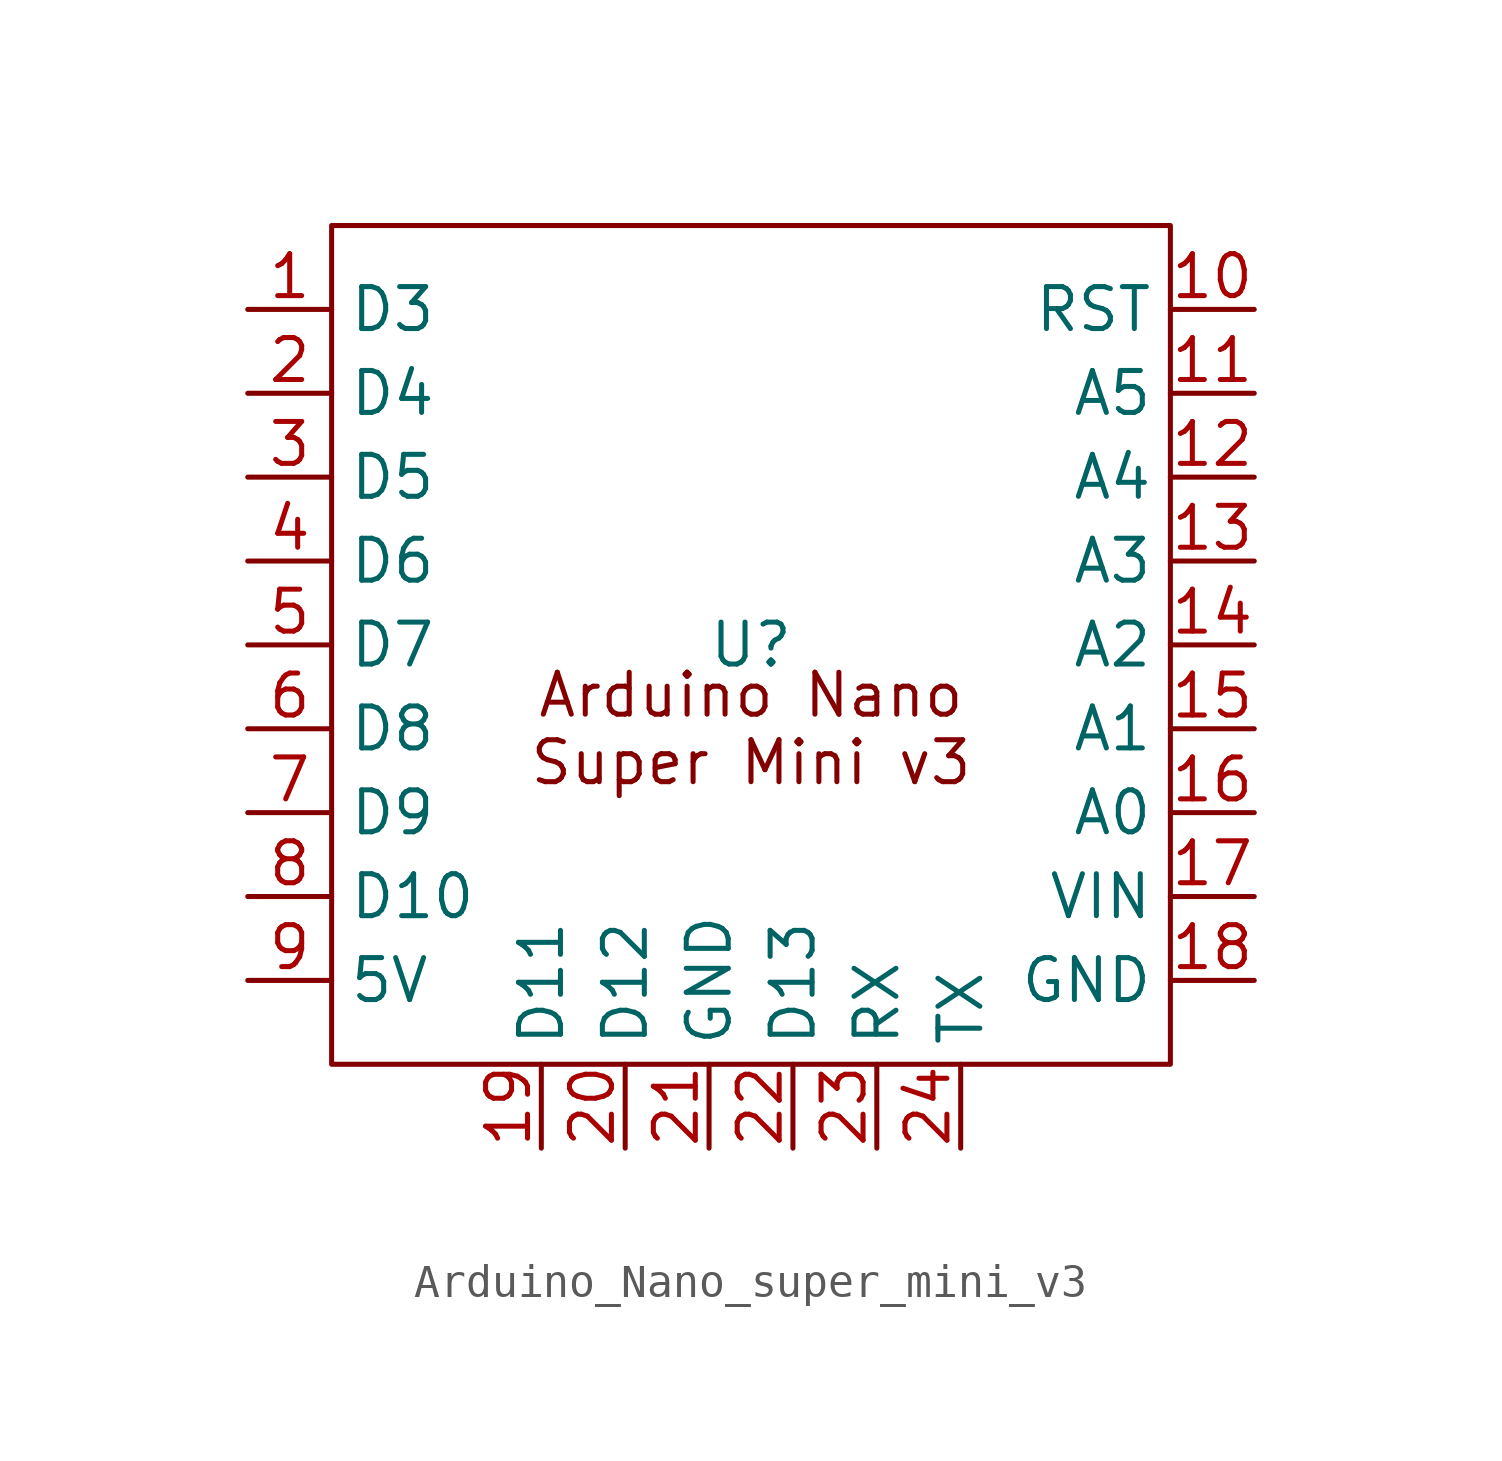
<source format=kicad_sym>
(kicad_symbol_lib
  (version 20220914)
  (generator kicad_symbol_editor)
  (symbol "Arduino_Nano_super_mini_v3"
    (property "Reference" "U"
      (at 0 0 0)
      (effects (font (size 1.27 1.27))))
    (property "Value" ""
      (at 0 0 0)
      (effects (font (size 1.27 1.27))))
    (symbol "Arduino_Nano_super_mini_v3_0_1"
      (rectangle (start -12.7 12.7) (end 12.7 -12.7) (stroke (width 0) (type default)) (fill (type none))))
    (symbol "Arduino_Nano_super_mini_v3_1_1"
      (text "Arduino Nano\nSuper Mini v3\n" (at 0 -2.54 0) (effects (font (size 1.27 1.27))))
      (pin bidirectional line (at -15.24 10.16 0) (length 2.54) (name "D3" (effects (font (size 1.27 1.27)))) (number "1" (effects (font (size 1.27 1.27)))))
      (pin input line (at 15.24 10.16 180) (length 2.54) (name "RST" (effects (font (size 1.27 1.27)))) (number "10" (effects (font (size 1.27 1.27)))))
      (pin bidirectional line (at 15.24 7.62 180) (length 2.54) (name "A5" (effects (font (size 1.27 1.27)))) (number "11" (effects (font (size 1.27 1.27)))))
      (pin bidirectional line (at 15.24 5.08 180) (length 2.54) (name "A4" (effects (font (size 1.27 1.27)))) (number "12" (effects (font (size 1.27 1.27)))))
      (pin bidirectional line (at 15.24 2.54 180) (length 2.54) (name "A3" (effects (font (size 1.27 1.27)))) (number "13" (effects (font (size 1.27 1.27)))))
      (pin bidirectional line (at 15.24 0 180) (length 2.54) (name "A2" (effects (font (size 1.27 1.27)))) (number "14" (effects (font (size 1.27 1.27)))))
      (pin bidirectional line (at 15.24 -2.54 180) (length 2.54) (name "A1" (effects (font (size 1.27 1.27)))) (number "15" (effects (font (size 1.27 1.27)))))
      (pin bidirectional line (at 15.24 -5.08 180) (length 2.54) (name "A0" (effects (font (size 1.27 1.27)))) (number "16" (effects (font (size 1.27 1.27)))))
      (pin power_in line (at 15.24 -7.62 180) (length 2.54) (name "VIN" (effects (font (size 1.27 1.27)))) (number "17" (effects (font (size 1.27 1.27)))))
      (pin power_in line (at 15.24 -10.16 180) (length 2.54) (name "GND" (effects (font (size 1.27 1.27)))) (number "18" (effects (font (size 1.27 1.27)))))
      (pin bidirectional line (at -6.35 -15.24 90) (length 2.54) (name "D11" (effects (font (size 1.27 1.27)))) (number "19" (effects (font (size 1.27 1.27)))))
      (pin bidirectional line (at -15.24 7.62 0) (length 2.54) (name "D4" (effects (font (size 1.27 1.27)))) (number "2" (effects (font (size 1.27 1.27)))))
      (pin bidirectional line (at -3.81 -15.24 90) (length 2.54) (name "D12" (effects (font (size 1.27 1.27)))) (number "20" (effects (font (size 1.27 1.27)))))
      (pin power_in line (at -1.27 -15.24 90) (length 2.54) (name "GND" (effects (font (size 1.27 1.27)))) (number "21" (effects (font (size 1.27 1.27)))))
      (pin bidirectional line (at 1.27 -15.24 90) (length 2.54) (name "D13" (effects (font (size 1.27 1.27)))) (number "22" (effects (font (size 1.27 1.27)))))
      (pin output line (at 3.81 -15.24 90) (length 2.54) (name "RX" (effects (font (size 1.27 1.27)))) (number "23" (effects (font (size 1.27 1.27)))))
      (pin input line (at 6.35 -15.24 90) (length 2.54) (name "TX" (effects (font (size 1.27 1.27)))) (number "24" (effects (font (size 1.27 1.27)))))
      (pin bidirectional line (at -15.24 5.08 0) (length 2.54) (name "D5" (effects (font (size 1.27 1.27)))) (number "3" (effects (font (size 1.27 1.27)))))
      (pin bidirectional line (at -15.24 2.54 0) (length 2.54) (name "D6" (effects (font (size 1.27 1.27)))) (number "4" (effects (font (size 1.27 1.27)))))
      (pin bidirectional line (at -15.24 0 0) (length 2.54) (name "D7" (effects (font (size 1.27 1.27)))) (number "5" (effects (font (size 1.27 1.27)))))
      (pin bidirectional line (at -15.24 -2.54 0) (length 2.54) (name "D8" (effects (font (size 1.27 1.27)))) (number "6" (effects (font (size 1.27 1.27)))))
      (pin bidirectional line (at -15.24 -5.08 0) (length 2.54) (name "D9" (effects (font (size 1.27 1.27)))) (number "7" (effects (font (size 1.27 1.27)))))
      (pin bidirectional line (at -15.24 -7.62 0) (length 2.54) (name "D10" (effects (font (size 1.27 1.27)))) (number "8" (effects (font (size 1.27 1.27)))))
      (pin bidirectional line (at -15.24 -10.16 0) (length 2.54) (name "5V" (effects (font (size 1.27 1.27)))) (number "9" (effects (font (size 1.27 1.27))))))))
</source>
